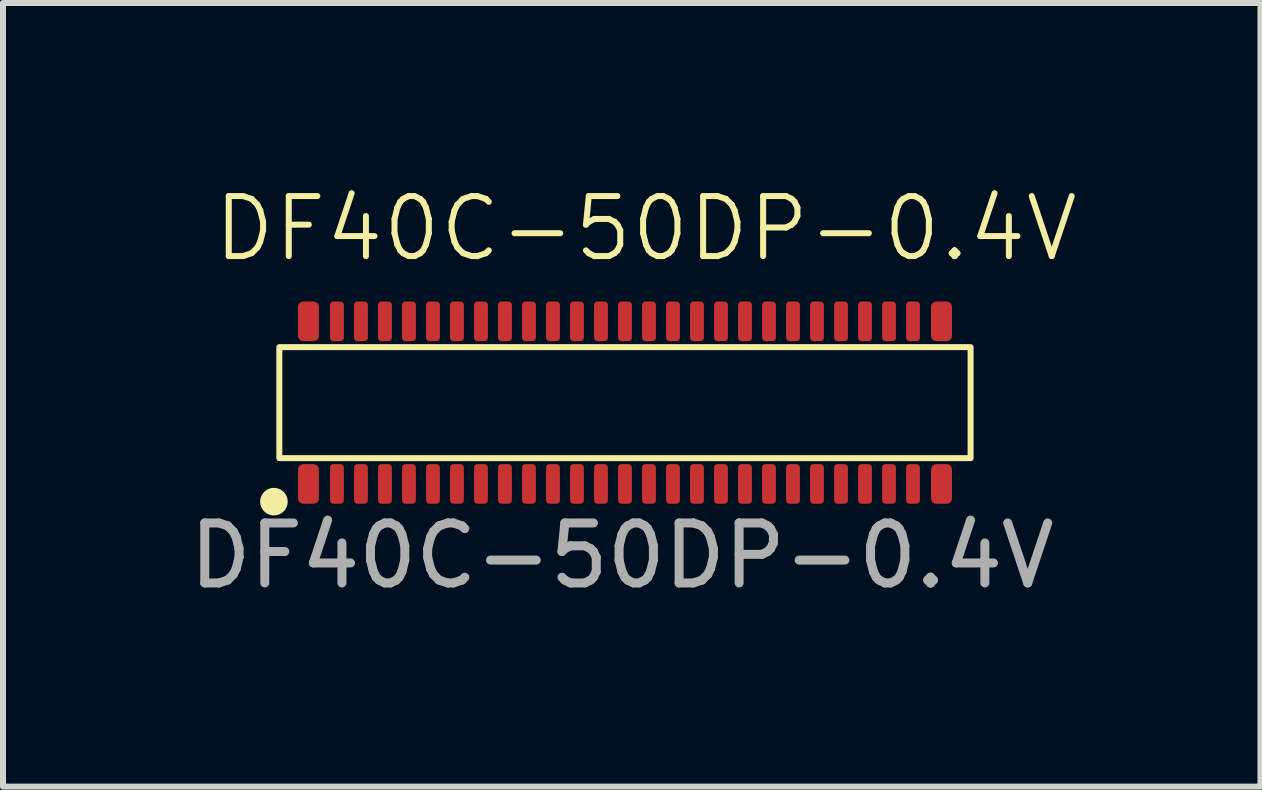
<source format=kicad_pcb>
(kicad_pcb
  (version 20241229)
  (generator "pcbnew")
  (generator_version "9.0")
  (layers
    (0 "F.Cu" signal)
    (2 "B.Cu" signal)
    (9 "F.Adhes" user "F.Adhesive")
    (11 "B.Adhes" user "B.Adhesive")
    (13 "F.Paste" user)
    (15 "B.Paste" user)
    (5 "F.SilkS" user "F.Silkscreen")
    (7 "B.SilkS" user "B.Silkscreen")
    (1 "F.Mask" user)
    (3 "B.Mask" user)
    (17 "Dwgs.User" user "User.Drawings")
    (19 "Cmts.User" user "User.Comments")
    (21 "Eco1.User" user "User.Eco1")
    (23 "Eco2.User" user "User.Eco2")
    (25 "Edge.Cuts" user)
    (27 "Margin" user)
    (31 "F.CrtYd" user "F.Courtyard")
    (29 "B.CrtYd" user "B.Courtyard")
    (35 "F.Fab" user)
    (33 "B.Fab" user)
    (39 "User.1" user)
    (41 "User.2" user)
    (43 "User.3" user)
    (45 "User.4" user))
  (footprint "DF40C-50DP-0.4V"
    (layer "F.Cu")
    (at 7.365 3.66)
    (property "Reference" "DF40C-50DP-0.4V" (at 0.35 -2.9 0) (unlocked yes) (layer "F.SilkS") (effects (font (size 1 1) (thickness 0.1))))
    (attr smd)
    (fp_rect (start -5.76 -0.925) (end 5.76 0.925) (stroke (width 0.1) (type default)) (fill no) (layer "F.SilkS"))
    (fp_circle (center -5.85 1.65) (end -5.67 1.65) (stroke (width 0.1) (type solid)) (fill yes) (layer "F.SilkS"))
    (fp_text user "${REFERENCE}" (at -0.05 2.55 0) (unlocked yes) (layer "F.Fab") (effects (font (size 1 1) (thickness 0.15))))
    (pad "1" smd roundrect (at -4.8 1.355) (size 0.23 0.66) (layers "F.Cu" "F.Mask" "F.Paste") (roundrect_rratio 0.25))
    (pad "2" smd roundrect (at -4.8 -1.355) (size 0.23 0.66) (layers "F.Cu" "F.Mask" "F.Paste") (roundrect_rratio 0.25))
    (pad "3" smd roundrect (at -4.4 1.355) (size 0.23 0.66) (layers "F.Cu" "F.Mask" "F.Paste") (roundrect_rratio 0.25))
    (pad "4" smd roundrect (at -4.4 -1.355) (size 0.23 0.66) (layers "F.Cu" "F.Mask" "F.Paste") (roundrect_rratio 0.25))
    (pad "5" smd roundrect (at -4 1.355) (size 0.23 0.66) (layers "F.Cu" "F.Mask" "F.Paste") (roundrect_rratio 0.25))
    (pad "6" smd roundrect (at -4 -1.355) (size 0.23 0.66) (layers "F.Cu" "F.Mask" "F.Paste") (roundrect_rratio 0.25))
    (pad "7" smd roundrect (at -3.6 1.355) (size 0.23 0.66) (layers "F.Cu" "F.Mask" "F.Paste") (roundrect_rratio 0.25))
    (pad "8" smd roundrect (at -3.6 -1.355) (size 0.23 0.66) (layers "F.Cu" "F.Mask" "F.Paste") (roundrect_rratio 0.25))
    (pad "9" smd roundrect (at -3.2 1.355) (size 0.23 0.66) (layers "F.Cu" "F.Mask" "F.Paste") (roundrect_rratio 0.25))
    (pad "10" smd roundrect (at -3.2 -1.355) (size 0.23 0.66) (layers "F.Cu" "F.Mask" "F.Paste") (roundrect_rratio 0.25))
    (pad "11" smd roundrect (at -2.8 1.355) (size 0.23 0.66) (layers "F.Cu" "F.Mask" "F.Paste") (roundrect_rratio 0.25))
    (pad "12" smd roundrect (at -2.8 -1.355) (size 0.23 0.66) (layers "F.Cu" "F.Mask" "F.Paste") (roundrect_rratio 0.25))
    (pad "13" smd roundrect (at -2.4 1.355) (size 0.23 0.66) (layers "F.Cu" "F.Mask" "F.Paste") (roundrect_rratio 0.25))
    (pad "14" smd roundrect (at -2.4 -1.355) (size 0.23 0.66) (layers "F.Cu" "F.Mask" "F.Paste") (roundrect_rratio 0.25))
    (pad "15" smd roundrect (at -2 1.355) (size 0.23 0.66) (layers "F.Cu" "F.Mask" "F.Paste") (roundrect_rratio 0.25))
    (pad "16" smd roundrect (at -2 -1.355) (size 0.23 0.66) (layers "F.Cu" "F.Mask" "F.Paste") (roundrect_rratio 0.25))
    (pad "17" smd roundrect (at -1.6 1.355) (size 0.23 0.66) (layers "F.Cu" "F.Mask" "F.Paste") (roundrect_rratio 0.25))
    (pad "18" smd roundrect (at -1.6 -1.355) (size 0.23 0.66) (layers "F.Cu" "F.Mask" "F.Paste") (roundrect_rratio 0.25))
    (pad "19" smd roundrect (at -1.2 1.355) (size 0.23 0.66) (layers "F.Cu" "F.Mask" "F.Paste") (roundrect_rratio 0.25))
    (pad "20" smd roundrect (at -1.2 -1.355) (size 0.23 0.66) (layers "F.Cu" "F.Mask" "F.Paste") (roundrect_rratio 0.25))
    (pad "21" smd roundrect (at -0.8 1.355) (size 0.23 0.66) (layers "F.Cu" "F.Mask" "F.Paste") (roundrect_rratio 0.25))
    (pad "22" smd roundrect (at -0.8 -1.355) (size 0.23 0.66) (layers "F.Cu" "F.Mask" "F.Paste") (roundrect_rratio 0.25))
    (pad "23" smd roundrect (at -0.4 1.355) (size 0.23 0.66) (layers "F.Cu" "F.Mask" "F.Paste") (roundrect_rratio 0.25))
    (pad "24" smd roundrect (at -0.4 -1.355) (size 0.23 0.66) (layers "F.Cu" "F.Mask" "F.Paste") (roundrect_rratio 0.25))
    (pad "25" smd roundrect (at 0 1.355) (size 0.23 0.66) (layers "F.Cu" "F.Mask" "F.Paste") (roundrect_rratio 0.25))
    (pad "26" smd roundrect (at 0 -1.355) (size 0.23 0.66) (layers "F.Cu" "F.Mask" "F.Paste") (roundrect_rratio 0.25))
    (pad "27" smd roundrect (at 0.4 1.355) (size 0.23 0.66) (layers "F.Cu" "F.Mask" "F.Paste") (roundrect_rratio 0.25))
    (pad "28" smd roundrect (at 0.4 -1.355) (size 0.23 0.66) (layers "F.Cu" "F.Mask" "F.Paste") (roundrect_rratio 0.25))
    (pad "29" smd roundrect (at 0.8 1.355) (size 0.23 0.66) (layers "F.Cu" "F.Mask" "F.Paste") (roundrect_rratio 0.25))
    (pad "30" smd roundrect (at 0.8 -1.355) (size 0.23 0.66) (layers "F.Cu" "F.Mask" "F.Paste") (roundrect_rratio 0.25))
    (pad "31" smd roundrect (at 1.2 1.355) (size 0.23 0.66) (layers "F.Cu" "F.Mask" "F.Paste") (roundrect_rratio 0.25))
    (pad "32" smd roundrect (at 1.2 -1.355) (size 0.23 0.66) (layers "F.Cu" "F.Mask" "F.Paste") (roundrect_rratio 0.25))
    (pad "33" smd roundrect (at 1.6 1.355) (size 0.23 0.66) (layers "F.Cu" "F.Mask" "F.Paste") (roundrect_rratio 0.25))
    (pad "34" smd roundrect (at 1.6 -1.355) (size 0.23 0.66) (layers "F.Cu" "F.Mask" "F.Paste") (roundrect_rratio 0.25))
    (pad "35" smd roundrect (at 2 1.355) (size 0.23 0.66) (layers "F.Cu" "F.Mask" "F.Paste") (roundrect_rratio 0.25))
    (pad "36" smd roundrect (at 2 -1.355) (size 0.23 0.66) (layers "F.Cu" "F.Mask" "F.Paste") (roundrect_rratio 0.25))
    (pad "37" smd roundrect (at 2.4 1.355) (size 0.23 0.66) (layers "F.Cu" "F.Mask" "F.Paste") (roundrect_rratio 0.25))
    (pad "38" smd roundrect (at 2.4 -1.355) (size 0.23 0.66) (layers "F.Cu" "F.Mask" "F.Paste") (roundrect_rratio 0.25))
    (pad "39" smd roundrect (at 2.8 1.355) (size 0.23 0.66) (layers "F.Cu" "F.Mask" "F.Paste") (roundrect_rratio 0.25))
    (pad "40" smd roundrect (at 2.8 -1.355) (size 0.23 0.66) (layers "F.Cu" "F.Mask" "F.Paste") (roundrect_rratio 0.25))
    (pad "41" smd roundrect (at 3.2 1.355) (size 0.23 0.66) (layers "F.Cu" "F.Mask" "F.Paste") (roundrect_rratio 0.25))
    (pad "42" smd roundrect (at 3.2 -1.355) (size 0.23 0.66) (layers "F.Cu" "F.Mask" "F.Paste") (roundrect_rratio 0.25))
    (pad "43" smd roundrect (at 3.6 1.355) (size 0.23 0.66) (layers "F.Cu" "F.Mask" "F.Paste") (roundrect_rratio 0.25))
    (pad "44" smd roundrect (at 3.6 -1.355) (size 0.23 0.66) (layers "F.Cu" "F.Mask" "F.Paste") (roundrect_rratio 0.25))
    (pad "45" smd roundrect (at 4 1.355) (size 0.23 0.66) (layers "F.Cu" "F.Mask" "F.Paste") (roundrect_rratio 0.25))
    (pad "46" smd roundrect (at 4 -1.355) (size 0.23 0.66) (layers "F.Cu" "F.Mask" "F.Paste") (roundrect_rratio 0.25))
    (pad "47" smd roundrect (at 4.4 1.355) (size 0.23 0.66) (layers "F.Cu" "F.Mask" "F.Paste") (roundrect_rratio 0.25))
    (pad "48" smd roundrect (at 4.4 -1.355) (size 0.23 0.66) (layers "F.Cu" "F.Mask" "F.Paste") (roundrect_rratio 0.25))
    (pad "49" smd roundrect (at 4.8 1.355) (size 0.23 0.66) (layers "F.Cu" "F.Mask" "F.Paste") (roundrect_rratio 0.25))
    (pad "50" smd roundrect (at 4.8 -1.355) (size 0.23 0.66) (layers "F.Cu" "F.Mask" "F.Paste") (roundrect_rratio 0.25))
    (pad "51" smd roundrect (at -5.275 1.355) (size 0.35 0.66) (layers "F.Cu" "F.Mask" "F.Paste") (roundrect_rratio 0.25))
    (pad "52" smd roundrect (at -5.275 -1.355) (size 0.35 0.66) (layers "F.Cu" "F.Mask" "F.Paste") (roundrect_rratio 0.25))
    (pad "53" smd roundrect (at 5.275 1.355) (size 0.35 0.66) (layers "F.Cu" "F.Mask" "F.Paste") (roundrect_rratio 0.25))
    (pad "54" smd roundrect (at 5.275 -1.355) (size 0.35 0.66) (layers "F.Cu" "F.Mask" "F.Paste") (roundrect_rratio 0.25)))
  (gr_rect
    (start -3 -3)
    (end 17.956 10.059)
    (stroke (width 0.1) (type default))
    (fill no)
    (layer "Edge.Cuts")))
</source>
